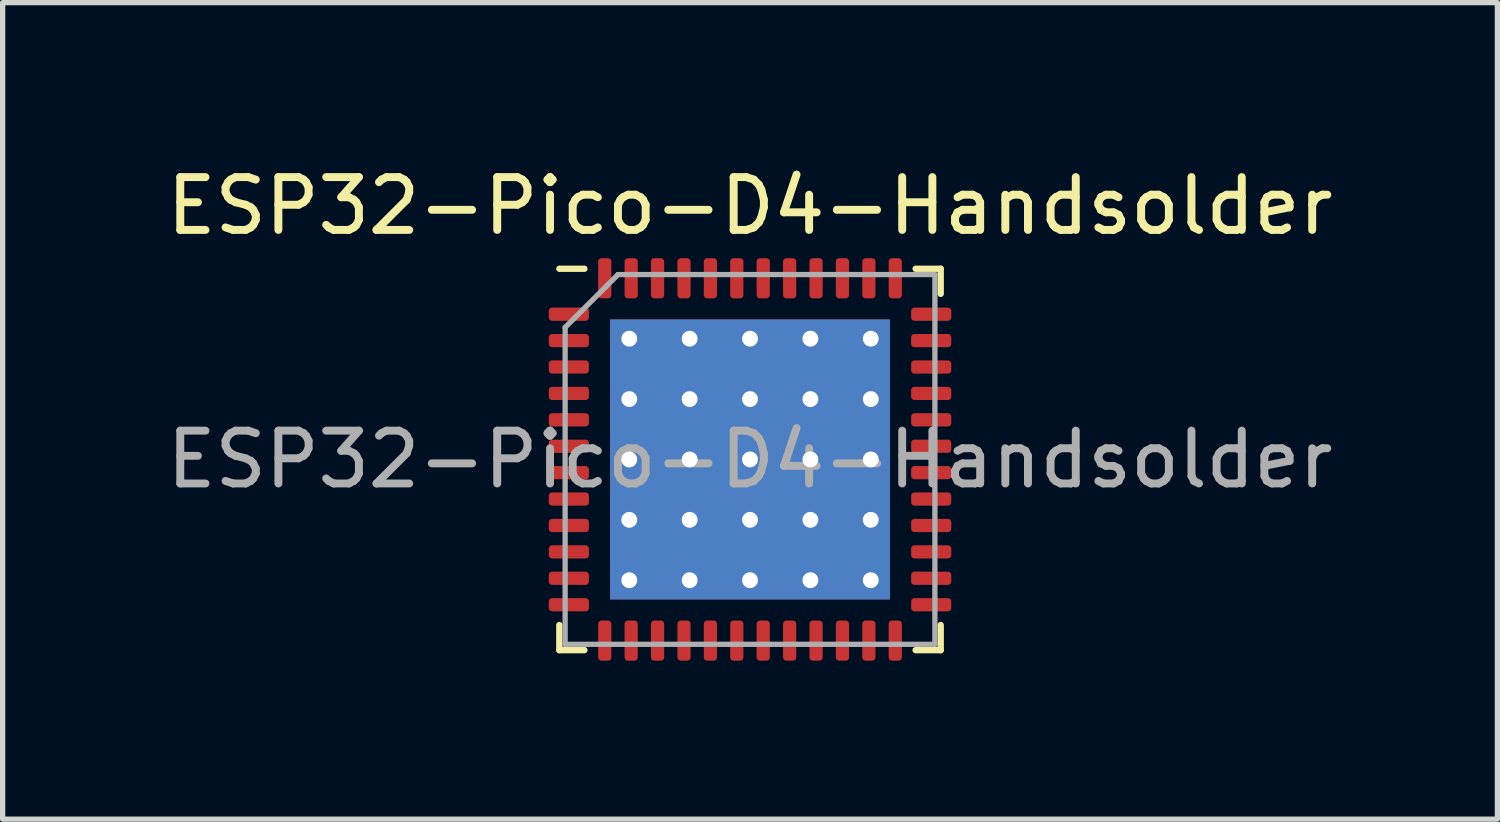
<source format=kicad_pcb>
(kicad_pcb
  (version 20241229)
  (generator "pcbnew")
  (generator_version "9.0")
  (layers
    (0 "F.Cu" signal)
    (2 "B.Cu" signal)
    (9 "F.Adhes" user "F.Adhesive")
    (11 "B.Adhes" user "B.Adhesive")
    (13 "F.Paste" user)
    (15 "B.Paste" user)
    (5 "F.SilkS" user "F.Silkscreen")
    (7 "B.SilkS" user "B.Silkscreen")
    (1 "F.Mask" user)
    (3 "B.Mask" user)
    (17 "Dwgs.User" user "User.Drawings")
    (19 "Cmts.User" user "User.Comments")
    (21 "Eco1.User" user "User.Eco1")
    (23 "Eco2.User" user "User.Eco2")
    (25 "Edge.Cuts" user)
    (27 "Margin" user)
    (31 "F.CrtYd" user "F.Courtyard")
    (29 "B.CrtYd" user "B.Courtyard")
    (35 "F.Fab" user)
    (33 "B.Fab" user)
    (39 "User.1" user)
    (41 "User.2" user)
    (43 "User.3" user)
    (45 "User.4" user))
  (footprint "ESP32-Pico-D4-Handsolder"
    (layer "F.Cu")
    (at 11.149 5.648)
    (property "Reference" "ESP32-Pico-D4-Handsolder" (at 0 -4.8 0) (layer "F.SilkS") (effects (font (size 1 1) (thickness 0.15))))
    (attr smd)
    (fp_line (start -3.61 3.61) (end -3.61 3.135) (stroke (width 0.12) (type solid)) (layer "F.SilkS"))
    (fp_line (start -3.135 -3.61) (end -3.61 -3.61) (stroke (width 0.12) (type solid)) (layer "F.SilkS"))
    (fp_line (start -3.135 3.61) (end -3.61 3.61) (stroke (width 0.12) (type solid)) (layer "F.SilkS"))
    (fp_line (start 3.135 -3.61) (end 3.61 -3.61) (stroke (width 0.12) (type solid)) (layer "F.SilkS"))
    (fp_line (start 3.135 3.61) (end 3.61 3.61) (stroke (width 0.12) (type solid)) (layer "F.SilkS"))
    (fp_line (start 3.61 -3.61) (end 3.61 -3.135) (stroke (width 0.12) (type solid)) (layer "F.SilkS"))
    (fp_line (start 3.61 3.61) (end 3.61 3.135) (stroke (width 0.12) (type solid)) (layer "F.SilkS"))
    (fp_rect (start 0 0) (end 0 0) (stroke (width 0.05) (type solid)) (fill no) (layer "F.CrtYd"))
    (fp_line (start -3.5 -2.5) (end -2.5 -3.5) (stroke (width 0.1) (type solid)) (layer "F.Fab"))
    (fp_line (start -3.5 3.5) (end -3.5 -2.5) (stroke (width 0.1) (type solid)) (layer "F.Fab"))
    (fp_line (start -2.5 -3.5) (end 3.5 -3.5) (stroke (width 0.1) (type solid)) (layer "F.Fab"))
    (fp_line (start 3.5 -3.5) (end 3.5 3.5) (stroke (width 0.1) (type solid)) (layer "F.Fab"))
    (fp_line (start 3.5 3.5) (end -3.5 3.5) (stroke (width 0.1) (type solid)) (layer "F.Fab"))
    (fp_text user "${REFERENCE}" (at 0 0 0) (layer "F.Fab") (effects (font (size 1 1) (thickness 0.15))))
    (pad "" smd roundrect (at -1.8 -1.8) (size 1.026 1.026) (layers "F.Paste") (roundrect_rratio 0.244))
    (pad "" smd roundrect (at -1.8 -0.6) (size 1.026 1.026) (layers "F.Paste") (roundrect_rratio 0.244))
    (pad "" smd roundrect (at -1.8 0.6) (size 1.026 1.026) (layers "F.Paste") (roundrect_rratio 0.244))
    (pad "" smd roundrect (at -1.8 1.8) (size 1.026 1.026) (layers "F.Paste") (roundrect_rratio 0.244))
    (pad "" smd roundrect (at -0.6 -1.8) (size 1.026 1.026) (layers "F.Paste") (roundrect_rratio 0.244))
    (pad "" smd roundrect (at -0.6 -0.6) (size 1.026 1.026) (layers "F.Paste") (roundrect_rratio 0.244))
    (pad "" smd roundrect (at -0.6 0.6) (size 1.026 1.026) (layers "F.Paste") (roundrect_rratio 0.244))
    (pad "" smd roundrect (at -0.6 1.8) (size 1.026 1.026) (layers "F.Paste") (roundrect_rratio 0.244))
    (pad "" smd roundrect (at 0.6 -1.8) (size 1.026 1.026) (layers "F.Paste") (roundrect_rratio 0.244))
    (pad "" smd roundrect (at 0.6 -0.6) (size 1.026 1.026) (layers "F.Paste") (roundrect_rratio 0.244))
    (pad "" smd roundrect (at 0.6 0.6) (size 1.026 1.026) (layers "F.Paste") (roundrect_rratio 0.244))
    (pad "" smd roundrect (at 0.6 1.8) (size 1.026 1.026) (layers "F.Paste") (roundrect_rratio 0.244))
    (pad "" smd roundrect (at 1.8 -1.8) (size 1.026 1.026) (layers "F.Paste") (roundrect_rratio 0.244))
    (pad "" smd roundrect (at 1.8 -0.6) (size 1.026 1.026) (layers "F.Paste") (roundrect_rratio 0.244))
    (pad "" smd roundrect (at 1.8 0.6) (size 1.026 1.026) (layers "F.Paste") (roundrect_rratio 0.244))
    (pad "" smd roundrect (at 1.8 1.8) (size 1.026 1.026) (layers "F.Paste") (roundrect_rratio 0.244))
    (pad "1" smd roundrect (at -3.43 -2.75) (size 0.76 0.25) (layers "F.Cu" "F.Mask" "F.Paste") (roundrect_rratio 0.25))
    (pad "2" smd roundrect (at -3.43 -2.25) (size 0.76 0.25) (layers "F.Cu" "F.Mask" "F.Paste") (roundrect_rratio 0.25))
    (pad "3" smd roundrect (at -3.43 -1.75) (size 0.76 0.25) (layers "F.Cu" "F.Mask" "F.Paste") (roundrect_rratio 0.25))
    (pad "4" smd roundrect (at -3.43 -1.25) (size 0.76 0.25) (layers "F.Cu" "F.Mask" "F.Paste") (roundrect_rratio 0.25))
    (pad "5" smd roundrect (at -3.43 -0.75) (size 0.76 0.25) (layers "F.Cu" "F.Mask" "F.Paste") (roundrect_rratio 0.25))
    (pad "6" smd roundrect (at -3.43 -0.25) (size 0.76 0.25) (layers "F.Cu" "F.Mask" "F.Paste") (roundrect_rratio 0.25))
    (pad "7" smd roundrect (at -3.43 0.25) (size 0.76 0.25) (layers "F.Cu" "F.Mask" "F.Paste") (roundrect_rratio 0.25))
    (pad "8" smd roundrect (at -3.43 0.75) (size 0.76 0.25) (layers "F.Cu" "F.Mask" "F.Paste") (roundrect_rratio 0.25))
    (pad "9" smd roundrect (at -3.43 1.25) (size 0.76 0.25) (layers "F.Cu" "F.Mask" "F.Paste") (roundrect_rratio 0.25))
    (pad "10" smd roundrect (at -3.43 1.75) (size 0.76 0.25) (layers "F.Cu" "F.Mask" "F.Paste") (roundrect_rratio 0.25))
    (pad "11" smd roundrect (at -3.43 2.25) (size 0.76 0.25) (layers "F.Cu" "F.Mask" "F.Paste") (roundrect_rratio 0.25))
    (pad "12" smd roundrect (at -3.43 2.75) (size 0.76 0.25) (layers "F.Cu" "F.Mask" "F.Paste") (roundrect_rratio 0.25))
    (pad "13" smd roundrect (at -2.75 3.43) (size 0.25 0.76) (layers "F.Cu" "F.Mask" "F.Paste") (roundrect_rratio 0.25))
    (pad "14" smd roundrect (at -2.25 3.43) (size 0.25 0.76) (layers "F.Cu" "F.Mask" "F.Paste") (roundrect_rratio 0.25))
    (pad "15" smd roundrect (at -1.75 3.43) (size 0.25 0.76) (layers "F.Cu" "F.Mask" "F.Paste") (roundrect_rratio 0.25))
    (pad "16" smd roundrect (at -1.25 3.43) (size 0.25 0.76) (layers "F.Cu" "F.Mask" "F.Paste") (roundrect_rratio 0.25))
    (pad "17" smd roundrect (at -0.75 3.43) (size 0.25 0.76) (layers "F.Cu" "F.Mask" "F.Paste") (roundrect_rratio 0.25))
    (pad "18" smd roundrect (at -0.25 3.43) (size 0.25 0.76) (layers "F.Cu" "F.Mask" "F.Paste") (roundrect_rratio 0.25))
    (pad "19" smd roundrect (at 0.25 3.43) (size 0.25 0.76) (layers "F.Cu" "F.Mask" "F.Paste") (roundrect_rratio 0.25))
    (pad "20" smd roundrect (at 0.75 3.43) (size 0.25 0.76) (layers "F.Cu" "F.Mask" "F.Paste") (roundrect_rratio 0.25))
    (pad "21" smd roundrect (at 1.25 3.43) (size 0.25 0.76) (layers "F.Cu" "F.Mask" "F.Paste") (roundrect_rratio 0.25))
    (pad "22" smd roundrect (at 1.75 3.43) (size 0.25 0.76) (layers "F.Cu" "F.Mask" "F.Paste") (roundrect_rratio 0.25))
    (pad "23" smd roundrect (at 2.25 3.43) (size 0.25 0.76) (layers "F.Cu" "F.Mask" "F.Paste") (roundrect_rratio 0.25))
    (pad "24" smd roundrect (at 2.75 3.43) (size 0.25 0.76) (layers "F.Cu" "F.Mask" "F.Paste") (roundrect_rratio 0.25))
    (pad "25" smd roundrect (at 3.43 2.75) (size 0.76 0.25) (layers "F.Cu" "F.Mask" "F.Paste") (roundrect_rratio 0.25))
    (pad "26" smd roundrect (at 3.43 2.25) (size 0.76 0.25) (layers "F.Cu" "F.Mask" "F.Paste") (roundrect_rratio 0.25))
    (pad "27" smd roundrect (at 3.43 1.75) (size 0.76 0.25) (layers "F.Cu" "F.Mask" "F.Paste") (roundrect_rratio 0.25))
    (pad "28" smd roundrect (at 3.43 1.25) (size 0.76 0.25) (layers "F.Cu" "F.Mask" "F.Paste") (roundrect_rratio 0.25))
    (pad "29" smd roundrect (at 3.43 0.75) (size 0.76 0.25) (layers "F.Cu" "F.Mask" "F.Paste") (roundrect_rratio 0.25))
    (pad "30" smd roundrect (at 3.43 0.25) (size 0.76 0.25) (layers "F.Cu" "F.Mask" "F.Paste") (roundrect_rratio 0.25))
    (pad "31" smd roundrect (at 3.43 -0.25) (size 0.76 0.25) (layers "F.Cu" "F.Mask" "F.Paste") (roundrect_rratio 0.25))
    (pad "32" smd roundrect (at 3.43 -0.75) (size 0.76 0.25) (layers "F.Cu" "F.Mask" "F.Paste") (roundrect_rratio 0.25))
    (pad "33" smd roundrect (at 3.43 -1.25) (size 0.76 0.25) (layers "F.Cu" "F.Mask" "F.Paste") (roundrect_rratio 0.25))
    (pad "34" smd roundrect (at 3.43 -1.75) (size 0.76 0.25) (layers "F.Cu" "F.Mask" "F.Paste") (roundrect_rratio 0.25))
    (pad "35" smd roundrect (at 3.43 -2.25) (size 0.76 0.25) (layers "F.Cu" "F.Mask" "F.Paste") (roundrect_rratio 0.25))
    (pad "36" smd roundrect (at 3.43 -2.75) (size 0.76 0.25) (layers "F.Cu" "F.Mask" "F.Paste") (roundrect_rratio 0.25))
    (pad "37" smd roundrect (at 2.75 -3.43) (size 0.25 0.76) (layers "F.Cu" "F.Mask" "F.Paste") (roundrect_rratio 0.25))
    (pad "38" smd roundrect (at 2.25 -3.43) (size 0.25 0.76) (layers "F.Cu" "F.Mask" "F.Paste") (roundrect_rratio 0.25))
    (pad "39" smd roundrect (at 1.75 -3.43) (size 0.25 0.76) (layers "F.Cu" "F.Mask" "F.Paste") (roundrect_rratio 0.25))
    (pad "40" smd roundrect (at 1.25 -3.43) (size 0.25 0.76) (layers "F.Cu" "F.Mask" "F.Paste") (roundrect_rratio 0.25))
    (pad "41" smd roundrect (at 0.75 -3.43) (size 0.25 0.76) (layers "F.Cu" "F.Mask" "F.Paste") (roundrect_rratio 0.25))
    (pad "42" smd roundrect (at 0.25 -3.43) (size 0.25 0.76) (layers "F.Cu" "F.Mask" "F.Paste") (roundrect_rratio 0.25))
    (pad "43" smd roundrect (at -0.25 -3.43) (size 0.25 0.76) (layers "F.Cu" "F.Mask" "F.Paste") (roundrect_rratio 0.25))
    (pad "44" smd roundrect (at -0.75 -3.43) (size 0.25 0.76) (layers "F.Cu" "F.Mask" "F.Paste") (roundrect_rratio 0.25))
    (pad "45" smd roundrect (at -1.25 -3.43) (size 0.25 0.76) (layers "F.Cu" "F.Mask" "F.Paste") (roundrect_rratio 0.25))
    (pad "46" smd roundrect (at -1.75 -3.43) (size 0.25 0.76) (layers "F.Cu" "F.Mask" "F.Paste") (roundrect_rratio 0.25))
    (pad "47" smd roundrect (at -2.25 -3.43) (size 0.25 0.76) (layers "F.Cu" "F.Mask" "F.Paste") (roundrect_rratio 0.25))
    (pad "48" smd roundrect (at -2.75 -3.43) (size 0.25 0.76) (layers "F.Cu" "F.Mask" "F.Paste") (roundrect_rratio 0.25))
    (pad "49" thru_hole circle (at -2.286 -2.286) (size 0.6 0.6) (drill 0.3) (layers "*.Cu"))
    (pad "49" thru_hole circle (at -2.286 -1.143) (size 0.6 0.6) (drill 0.3) (layers "*.Cu"))
    (pad "49" thru_hole circle (at -2.286 0) (size 0.6 0.6) (drill 0.3) (layers "*.Cu"))
    (pad "49" thru_hole circle (at -2.286 1.143) (size 0.6 0.6) (drill 0.3) (layers "*.Cu"))
    (pad "49" thru_hole circle (at -2.286 2.286) (size 0.6 0.6) (drill 0.3) (layers "*.Cu"))
    (pad "49" thru_hole circle (at -1.143 -2.286) (size 0.6 0.6) (drill 0.3) (layers "*.Cu"))
    (pad "49" thru_hole circle (at -1.143 -1.143) (size 0.6 0.6) (drill 0.3) (layers "*.Cu"))
    (pad "49" thru_hole circle (at -1.143 0) (size 0.6 0.6) (drill 0.3) (layers "*.Cu"))
    (pad "49" thru_hole circle (at -1.143 1.143) (size 0.6 0.6) (drill 0.3) (layers "*.Cu"))
    (pad "49" thru_hole circle (at -1.143 2.286) (size 0.6 0.6) (drill 0.3) (layers "*.Cu"))
    (pad "49" thru_hole circle (at 0 -2.286) (size 0.6 0.6) (drill 0.3) (layers "*.Cu"))
    (pad "49" thru_hole circle (at 0 -1.143) (size 0.6 0.6) (drill 0.3) (layers "*.Cu"))
    (pad "49" thru_hole circle (at 0 0) (size 0.6 0.6) (drill 0.3) (layers "*.Cu"))
    (pad "49" smd rect (at 0 0) (size 5.3 5.3) (layers "F.Cu" "F.Mask"))
    (pad "49" smd rect (at 0 0) (size 5.3 5.3) (layers "B.Cu"))
    (pad "49" thru_hole circle (at 0 1.143) (size 0.6 0.6) (drill 0.3) (layers "*.Cu"))
    (pad "49" thru_hole circle (at 0 2.286) (size 0.6 0.6) (drill 0.3) (layers "*.Cu"))
    (pad "49" thru_hole circle (at 1.143 -2.286) (size 0.6 0.6) (drill 0.3) (layers "*.Cu"))
    (pad "49" thru_hole circle (at 1.143 -1.143) (size 0.6 0.6) (drill 0.3) (layers "*.Cu"))
    (pad "49" thru_hole circle (at 1.143 0) (size 0.6 0.6) (drill 0.3) (layers "*.Cu"))
    (pad "49" thru_hole circle (at 1.143 1.143) (size 0.6 0.6) (drill 0.3) (layers "*.Cu"))
    (pad "49" thru_hole circle (at 1.143 2.286) (size 0.6 0.6) (drill 0.3) (layers "*.Cu"))
    (pad "49" thru_hole circle (at 2.286 -2.286) (size 0.6 0.6) (drill 0.3) (layers "*.Cu"))
    (pad "49" thru_hole circle (at 2.286 -1.143) (size 0.6 0.6) (drill 0.3) (layers "*.Cu"))
    (pad "49" thru_hole circle (at 2.286 0) (size 0.6 0.6) (drill 0.3) (layers "*.Cu"))
    (pad "49" thru_hole circle (at 2.286 1.143) (size 0.6 0.6) (drill 0.3) (layers "*.Cu"))
    (pad "49" thru_hole circle (at 2.286 2.286) (size 0.6 0.6) (drill 0.3) (layers "*.Cu")))
  (gr_rect
    (start -3 -3)
    (end 25.298 12.458)
    (stroke (width 0.1) (type default))
    (fill no)
    (layer "Edge.Cuts")))
</source>
